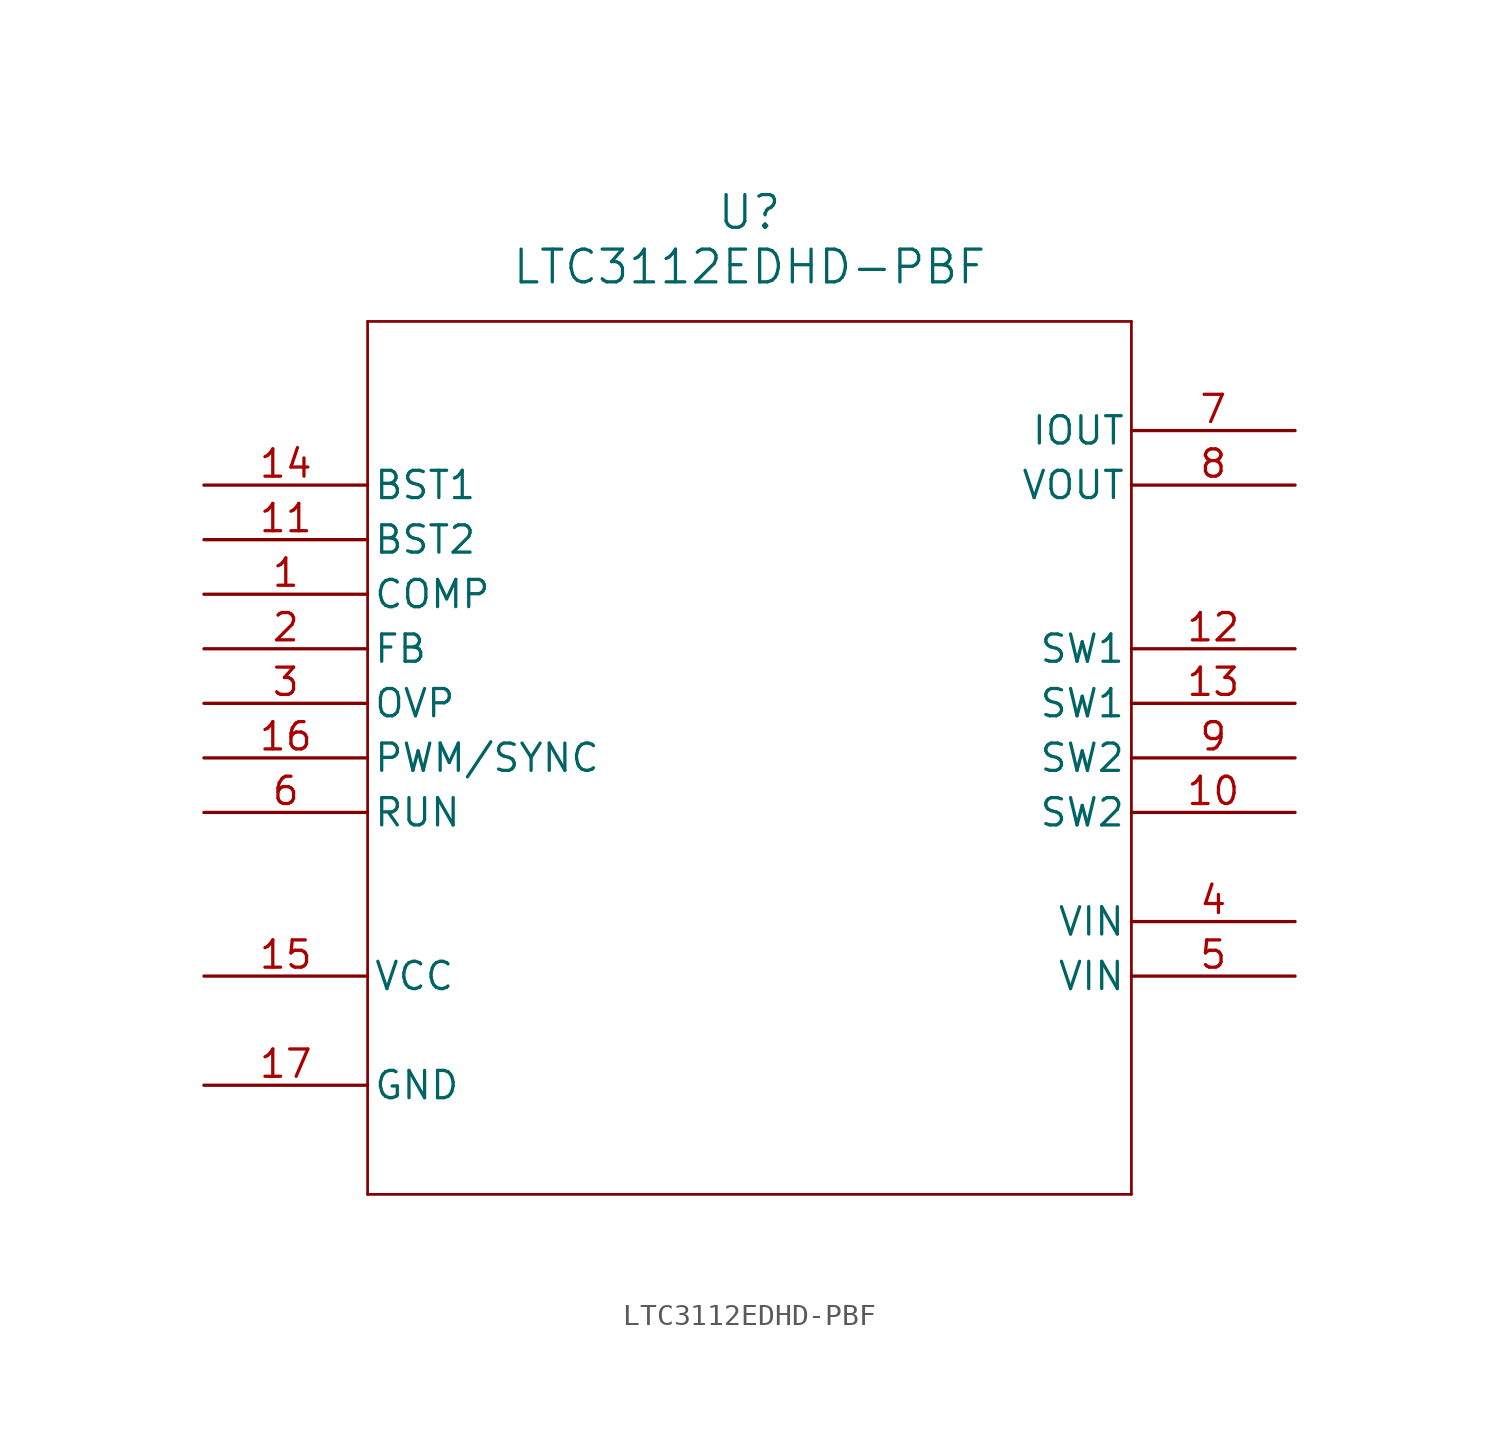
<source format=kicad_sym>
(kicad_symbol_lib
  (version 20211014)
  (generator kicad_symbol_editor)
  (symbol "LTC3112EDHD-PBF"
    (pin_names
      (offset 0.254))
    (property "Reference" "U"
      (at 25.4 12.7 0)
      (effects (font (size 1.524 1.524))))
    (property "Value" "LTC3112EDHD-PBF"
      (at 25.4 10.16 0)
      (effects (font (size 1.524 1.524))))
    (symbol "LTC3112EDHD-PBF_0_1"
      (polyline (pts (xy 7.62 7.62) (xy 7.62 -33.02)) (stroke (width 0.127) (type default) (color 0 0 0 0)) (fill (type none)))
      (polyline (pts (xy 7.62 -33.02) (xy 43.18 -33.02)) (stroke (width 0.127) (type default) (color 0 0 0 0)) (fill (type none)))
      (polyline (pts (xy 43.18 -33.02) (xy 43.18 7.62)) (stroke (width 0.127) (type default) (color 0 0 0 0)) (fill (type none)))
      (polyline (pts (xy 43.18 7.62) (xy 7.62 7.62)) (stroke (width 0.127) (type default) (color 0 0 0 0)) (fill (type none)))
      (pin unspecified line (at 0 -5.08 0) (length 7.62) (name "COMP" (effects (font (size 1.27 1.27)))) (number "1" (effects (font (size 1.27 1.27)))))
      (pin unspecified line (at 0 -7.62 0) (length 7.62) (name "FB" (effects (font (size 1.27 1.27)))) (number "2" (effects (font (size 1.27 1.27)))))
      (pin unspecified line (at 0 -10.16 0) (length 7.62) (name "OVP" (effects (font (size 1.27 1.27)))) (number "3" (effects (font (size 1.27 1.27)))))
      (pin unspecified line (at 50.8 -20.32 180) (length 7.62) (name "VIN" (effects (font (size 1.27 1.27)))) (number "4" (effects (font (size 1.27 1.27)))))
      (pin unspecified line (at 50.8 -22.86 180) (length 7.62) (name "VIN" (effects (font (size 1.27 1.27)))) (number "5" (effects (font (size 1.27 1.27)))))
      (pin unspecified line (at 0 -15.24 0) (length 7.62) (name "RUN" (effects (font (size 1.27 1.27)))) (number "6" (effects (font (size 1.27 1.27)))))
      (pin unspecified line (at 50.8 2.54 180) (length 7.62) (name "IOUT" (effects (font (size 1.27 1.27)))) (number "7" (effects (font (size 1.27 1.27)))))
      (pin unspecified line (at 50.8 0 180) (length 7.62) (name "VOUT" (effects (font (size 1.27 1.27)))) (number "8" (effects (font (size 1.27 1.27)))))
      (pin unspecified line (at 50.8 -12.7 180) (length 7.62) (name "SW2" (effects (font (size 1.27 1.27)))) (number "9" (effects (font (size 1.27 1.27)))))
      (pin unspecified line (at 50.8 -15.24 180) (length 7.62) (name "SW2" (effects (font (size 1.27 1.27)))) (number "10" (effects (font (size 1.27 1.27)))))
      (pin unspecified line (at 0 -2.54 0) (length 7.62) (name "BST2" (effects (font (size 1.27 1.27)))) (number "11" (effects (font (size 1.27 1.27)))))
      (pin unspecified line (at 50.8 -7.62 180) (length 7.62) (name "SW1" (effects (font (size 1.27 1.27)))) (number "12" (effects (font (size 1.27 1.27)))))
      (pin unspecified line (at 50.8 -10.16 180) (length 7.62) (name "SW1" (effects (font (size 1.27 1.27)))) (number "13" (effects (font (size 1.27 1.27)))))
      (pin unspecified line (at 0 0 0) (length 7.62) (name "BST1" (effects (font (size 1.27 1.27)))) (number "14" (effects (font (size 1.27 1.27)))))
      (pin unspecified line (at 0 -22.86 0) (length 7.62) (name "VCC" (effects (font (size 1.27 1.27)))) (number "15" (effects (font (size 1.27 1.27)))))
      (pin unspecified line (at 0 -12.7 0) (length 7.62) (name "PWM/SYNC" (effects (font (size 1.27 1.27)))) (number "16" (effects (font (size 1.27 1.27)))))
      (pin unspecified line (at 0 -27.94 0) (length 7.62) (name "GND" (effects (font (size 1.27 1.27)))) (number "17" (effects (font (size 1.27 1.27))))))))
</source>
